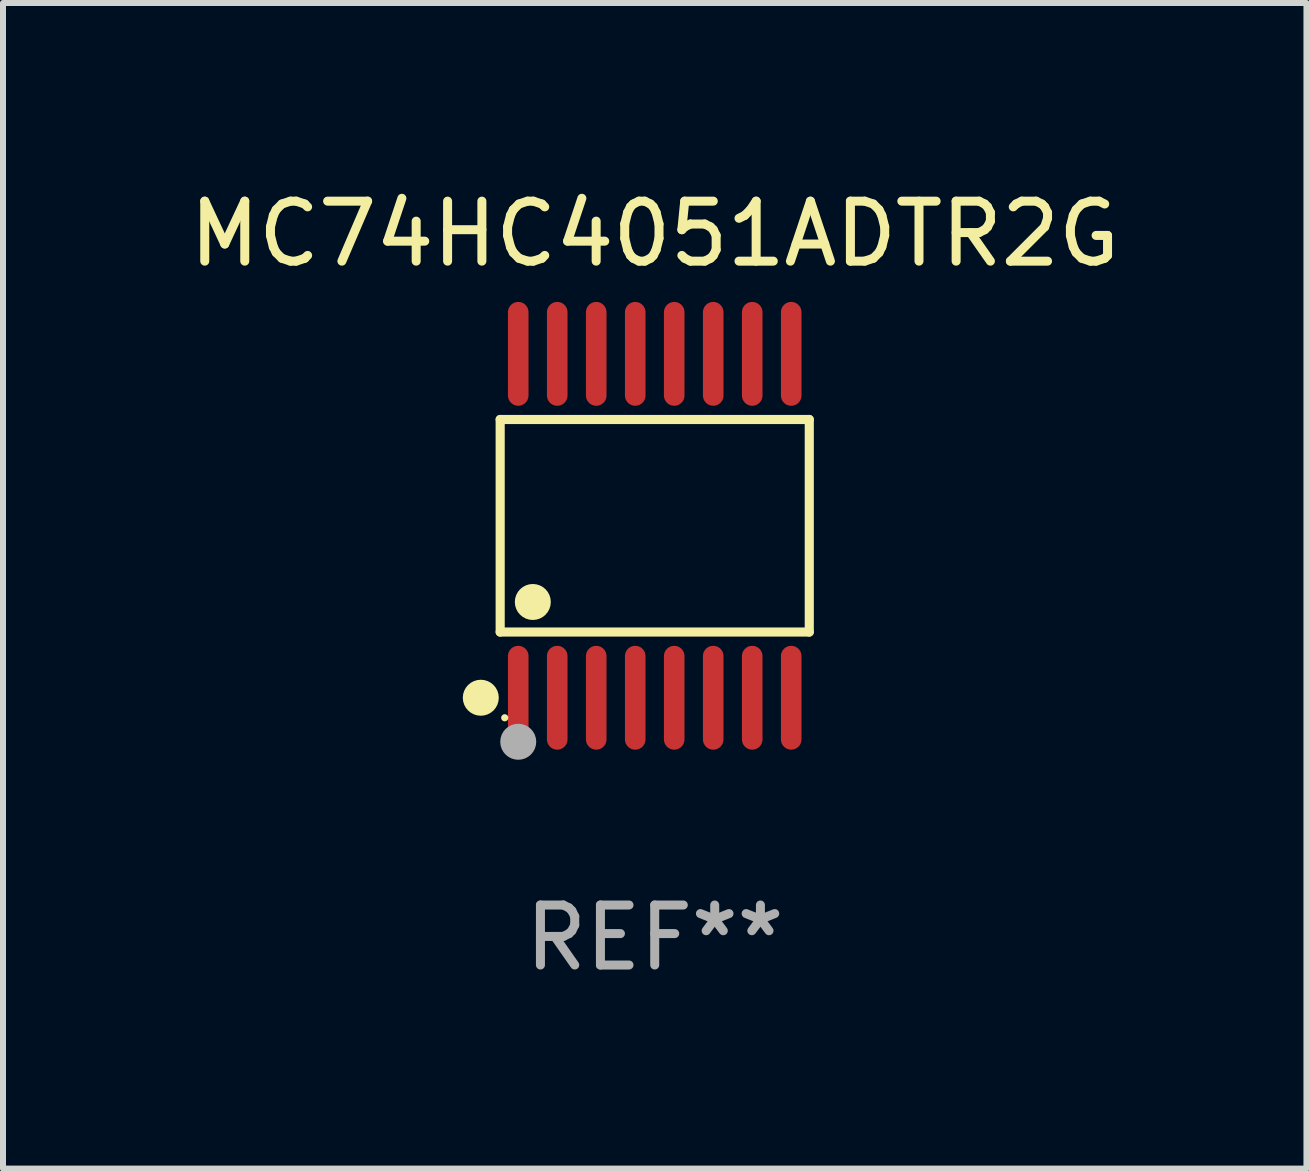
<source format=kicad_pcb>
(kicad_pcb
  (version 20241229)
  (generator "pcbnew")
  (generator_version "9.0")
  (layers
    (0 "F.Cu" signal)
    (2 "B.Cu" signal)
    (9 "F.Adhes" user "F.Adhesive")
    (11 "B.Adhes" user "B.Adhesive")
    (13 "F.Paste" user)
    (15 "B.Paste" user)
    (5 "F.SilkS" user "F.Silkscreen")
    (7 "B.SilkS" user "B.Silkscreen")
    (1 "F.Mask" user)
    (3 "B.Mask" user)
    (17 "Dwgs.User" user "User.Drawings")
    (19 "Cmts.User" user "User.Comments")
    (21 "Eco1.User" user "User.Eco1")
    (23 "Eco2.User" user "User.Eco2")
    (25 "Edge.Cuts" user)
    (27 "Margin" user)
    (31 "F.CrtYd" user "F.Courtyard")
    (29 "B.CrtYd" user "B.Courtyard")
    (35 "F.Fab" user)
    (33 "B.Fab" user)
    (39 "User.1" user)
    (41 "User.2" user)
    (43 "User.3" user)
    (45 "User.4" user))
  (footprint "MC74HC4051ADTR2G"
    (layer "F.Cu")
    (at 7.863 5.714)
    (property "Reference" "MC74HC4051ADTR2G" (at 0 -4.866 0) (layer "F.SilkS") (effects (font (size 1 1) (thickness 0.15))))
    (attr through_hole)
    (fp_line (start -2.576 -1.772) (end 2.576 -1.772) (stroke (width 0.152) (type solid)) (layer "F.SilkS"))
    (fp_line (start -2.576 1.771) (end -2.576 -1.772) (stroke (width 0.152) (type solid)) (layer "F.SilkS"))
    (fp_line (start 2.576 -1.772) (end 2.576 1.771) (stroke (width 0.152) (type solid)) (layer "F.SilkS"))
    (fp_line (start 2.576 1.771) (end -2.576 1.771) (stroke (width 0.152) (type solid)) (layer "F.SilkS"))
    (fp_circle (center -2.899 2.866) (end -2.749 2.866) (stroke (width 0.3) (type solid)) (fill no) (layer "F.SilkS"))
    (fp_circle (center -2.5 3.2) (end -2.47 3.2) (stroke (width 0.06) (type solid)) (fill no) (layer "F.SilkS"))
    (fp_circle (center -2.032 1.27) (end -1.882 1.27) (stroke (width 0.3) (type solid)) (fill no) (layer "F.SilkS"))
    (fp_circle (center -2.275 3.6) (end -2.125 3.6) (stroke (width 0.3) (type solid)) (fill no) (layer "F.Fab"))
    (fp_text user "REF**" (at 0 6.866 0) (layer "F.Fab") (effects (font (size 1 1) (thickness 0.15))))
    (pad "1" smd oval (at -2.275 2.866) (size 0.343 1.731) (layers "F.Cu" "F.Mask" "F.Paste"))
    (pad "2" smd oval (at -1.625 2.866) (size 0.343 1.731) (layers "F.Cu" "F.Mask" "F.Paste"))
    (pad "3" smd oval (at -0.975 2.866) (size 0.343 1.731) (layers "F.Cu" "F.Mask" "F.Paste"))
    (pad "4" smd oval (at -0.325 2.866) (size 0.343 1.731) (layers "F.Cu" "F.Mask" "F.Paste"))
    (pad "5" smd oval (at 0.325 2.866) (size 0.343 1.731) (layers "F.Cu" "F.Mask" "F.Paste"))
    (pad "6" smd oval (at 0.975 2.866) (size 0.343 1.731) (layers "F.Cu" "F.Mask" "F.Paste"))
    (pad "7" smd oval (at 1.625 2.866) (size 0.343 1.731) (layers "F.Cu" "F.Mask" "F.Paste"))
    (pad "8" smd oval (at 2.275 2.866) (size 0.343 1.731) (layers "F.Cu" "F.Mask" "F.Paste"))
    (pad "9" smd oval (at 2.275 -2.866) (size 0.343 1.731) (layers "F.Cu" "F.Mask" "F.Paste"))
    (pad "10" smd oval (at 1.625 -2.866) (size 0.343 1.731) (layers "F.Cu" "F.Mask" "F.Paste"))
    (pad "11" smd oval (at 0.975 -2.866) (size 0.343 1.731) (layers "F.Cu" "F.Mask" "F.Paste"))
    (pad "12" smd oval (at 0.325 -2.866) (size 0.343 1.731) (layers "F.Cu" "F.Mask" "F.Paste"))
    (pad "13" smd oval (at -0.325 -2.866) (size 0.343 1.731) (layers "F.Cu" "F.Mask" "F.Paste"))
    (pad "14" smd oval (at -0.975 -2.866) (size 0.343 1.731) (layers "F.Cu" "F.Mask" "F.Paste"))
    (pad "15" smd oval (at -1.625 -2.866) (size 0.343 1.731) (layers "F.Cu" "F.Mask" "F.Paste"))
    (pad "16" smd oval (at -2.275 -2.866) (size 0.343 1.731) (layers "F.Cu" "F.Mask" "F.Paste")))
  (gr_rect
    (start -3 -3)
    (end 18.726 16.428)
    (stroke (width 0.1) (type default))
    (fill no)
    (layer "Edge.Cuts")))
</source>
